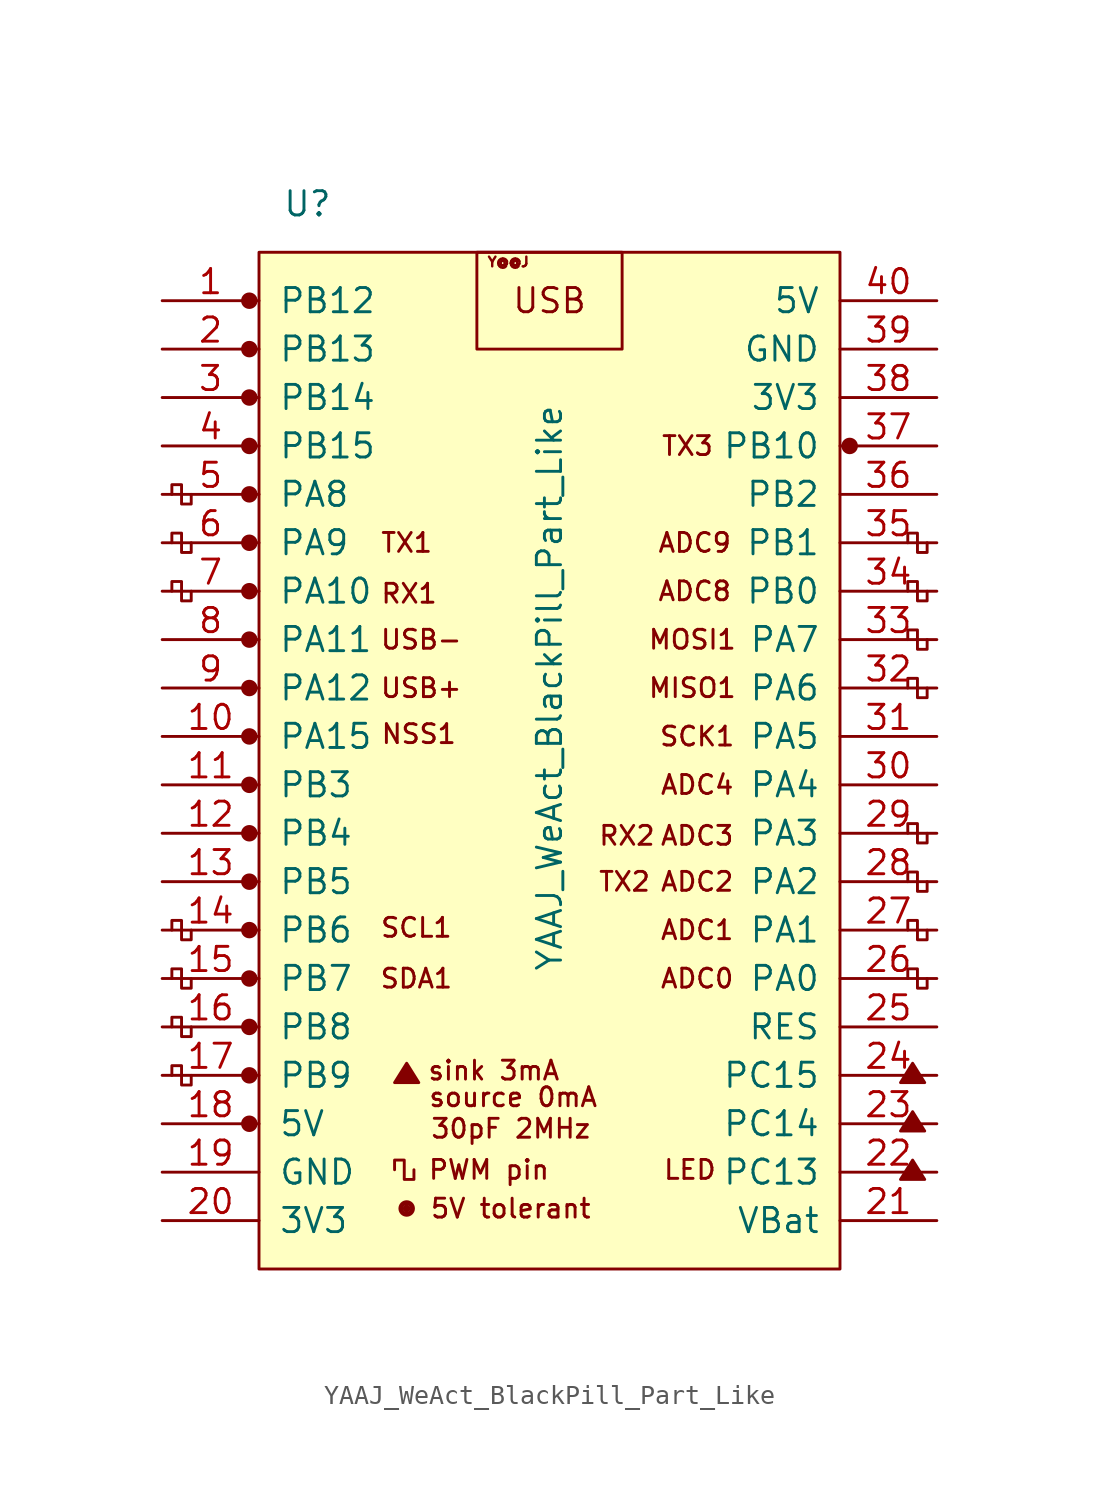
<source format=kicad_sym>
(kicad_symbol_lib
  (version 20211014)
  (generator kicad_symbol_editor)
  (symbol "YAAJ_WeAct_BlackPill_Part_Like"
    (pin_names
      (offset 1.016))
    (property "Reference" "U"
      (at -12.7 27.94 0)
      (effects (font (size 1.27 1.27))))
    (property "Value" "YAAJ_WeAct_BlackPill_Part_Like"
      (at 0 2.54 90)
      (effects (font (size 1.27 1.27))))
    (symbol "YAAJ_WeAct_BlackPill_Part_Like_0_0"
      (circle (center -15.748 -20.32) (radius 0.356) (stroke (width 0) (type default) (color 0 0 0 0)) (fill (type outline)))
      (circle (center -15.748 -17.78) (radius 0.356) (stroke (width 0) (type default) (color 0 0 0 0)) (fill (type outline)))
      (circle (center -15.748 -15.24) (radius 0.356) (stroke (width 0) (type default) (color 0 0 0 0)) (fill (type outline)))
      (circle (center -15.748 -12.7) (radius 0.356) (stroke (width 0) (type default) (color 0 0 0 0)) (fill (type outline)))
      (circle (center -15.748 -10.16) (radius 0.356) (stroke (width 0) (type default) (color 0 0 0 0)) (fill (type outline)))
      (circle (center -15.748 -7.62) (radius 0.356) (stroke (width 0) (type default) (color 0 0 0 0)) (fill (type outline)))
      (circle (center -15.748 -5.08) (radius 0.356) (stroke (width 0) (type default) (color 0 0 0 0)) (fill (type outline)))
      (circle (center -15.748 -2.54) (radius 0.356) (stroke (width 0) (type default) (color 0 0 0 0)) (fill (type outline)))
      (circle (center -15.748 0) (radius 0.356) (stroke (width 0) (type default) (color 0 0 0 0)) (fill (type outline)))
      (circle (center -15.748 2.54) (radius 0.356) (stroke (width 0) (type default) (color 0 0 0 0)) (fill (type outline)))
      (circle (center -15.748 5.08) (radius 0.356) (stroke (width 0) (type default) (color 0 0 0 0)) (fill (type outline)))
      (circle (center -15.748 7.62) (radius 0.356) (stroke (width 0) (type default) (color 0 0 0 0)) (fill (type outline)))
      (circle (center -15.748 10.16) (radius 0.356) (stroke (width 0) (type default) (color 0 0 0 0)) (fill (type outline)))
      (circle (center -15.748 12.7) (radius 0.356) (stroke (width 0) (type default) (color 0 0 0 0)) (fill (type outline)))
      (circle (center -15.748 15.24) (radius 0.356) (stroke (width 0) (type default) (color 0 0 0 0)) (fill (type outline)))
      (circle (center -15.748 17.78) (radius 0.356) (stroke (width 0) (type default) (color 0 0 0 0)) (fill (type outline)))
      (circle (center -15.748 22.86) (radius 0.356) (stroke (width 0) (type default) (color 0 0 0 0)) (fill (type outline)))
      (circle (center -7.493 -24.765) (radius 0.127) (stroke (width 0) (type default) (color 0 0 0 0)) (fill (type outline)))
      (circle (center -7.493 -24.765) (radius 0.254) (stroke (width 0) (type default) (color 0 0 0 0)) (fill (type none)))
      (circle (center -7.493 -24.765) (radius 0.356) (stroke (width 0) (type default) (color 0 0 0 0)) (fill (type none)))
      (polyline (pts (xy -8.128 -18.161) (xy -7.493 -17.145) (xy -6.858 -18.161) (xy -8.128 -18.161) (xy -7.493 -17.272) (xy -6.985 -18.161) (xy -8.001 -18.034) (xy -7.493 -17.399) (xy -7.112 -18.161) (xy -7.874 -17.907) (xy -7.366 -17.526) (xy -7.239 -18.161) (xy -7.747 -17.78) (xy -7.239 -17.653) (xy -7.366 -18.034) (xy -7.62 -17.78) (xy -7.366 -17.907) (xy -7.493 -17.653)) (stroke (width 0) (type default) (color 0 0 0 0)) (fill (type none)))
      (polyline (pts (xy 18.415 -23.241) (xy 19.05 -22.225) (xy 19.685 -23.241) (xy 18.415 -23.241) (xy 19.05 -22.352) (xy 19.558 -23.241) (xy 18.542 -23.114) (xy 19.05 -22.479) (xy 19.431 -23.241) (xy 18.669 -22.987) (xy 19.177 -22.606) (xy 19.304 -23.241) (xy 18.796 -22.86) (xy 19.304 -22.733) (xy 19.177 -23.114) (xy 18.923 -22.86) (xy 19.177 -22.987) (xy 19.05 -22.733)) (stroke (width 0) (type default) (color 0 0 0 0)) (fill (type none)))
      (polyline (pts (xy 18.415 -20.701) (xy 19.05 -19.685) (xy 19.685 -20.701) (xy 18.415 -20.701) (xy 19.05 -19.812) (xy 19.558 -20.701) (xy 18.542 -20.574) (xy 19.05 -19.939) (xy 19.431 -20.701) (xy 18.669 -20.447) (xy 19.177 -20.066) (xy 19.304 -20.701) (xy 18.796 -20.32) (xy 19.304 -20.193) (xy 19.177 -20.574) (xy 18.923 -20.32) (xy 19.177 -20.447) (xy 19.05 -20.193)) (stroke (width 0) (type default) (color 0 0 0 0)) (fill (type none)))
      (polyline (pts (xy 18.415 -18.161) (xy 19.05 -17.145) (xy 19.685 -18.161) (xy 18.415 -18.161) (xy 19.05 -17.272) (xy 19.558 -18.161) (xy 18.542 -18.034) (xy 19.05 -17.399) (xy 19.431 -18.161) (xy 18.669 -17.907) (xy 19.177 -17.526) (xy 19.304 -18.161) (xy 18.796 -17.78) (xy 19.304 -17.653) (xy 19.177 -18.034) (xy 18.923 -17.78) (xy 19.177 -17.907) (xy 19.05 -17.653)) (stroke (width 0) (type default) (color 0 0 0 0)) (fill (type none)))
      (circle (center 15.748 15.24) (radius 0.254) (stroke (width 0) (type default) (color 0 0 0 0)) (fill (type outline)))
      (circle (center 15.748 15.24) (radius 0.356) (stroke (width 0) (type default) (color 0 0 0 0)) (fill (type none)))
      (text "30pF 2MHz" (at -2.032 -20.574 0) (effects (font (size 0.991 0.991))))
      (text "5V tolerant" (at -2.032 -24.765 0) (effects (font (size 0.991 0.991))))
      (text "ADC0" (at 7.747 -12.7 0) (effects (font (size 0.991 0.991))))
      (text "ADC1" (at 7.747 -10.16 0) (effects (font (size 0.991 0.991))))
      (text "ADC2" (at 7.747 -7.62 0) (effects (font (size 0.991 0.991))))
      (text "ADC3" (at 7.747 -5.207 0) (effects (font (size 0.991 0.991))))
      (text "ADC4" (at 7.747 -2.54 0) (effects (font (size 0.991 0.991))))
      (text "ADC8" (at 7.62 7.62 0) (effects (font (size 0.991 0.991))))
      (text "ADC9" (at 7.62 10.16 0) (effects (font (size 0.991 0.991))))
      (text "LED" (at 7.366 -22.733 0) (effects (font (size 0.991 0.991))))
      (text "MISO1" (at 7.493 2.54 0) (effects (font (size 0.991 0.991))))
      (text "MOSI1" (at 7.493 5.08 0) (effects (font (size 0.991 0.991))))
      (text "NSS1" (at -6.858 0.127 0) (effects (font (size 0.991 0.991))))
      (text "PWM pin" (at -3.175 -22.733 0) (effects (font (size 0.991 0.991))))
      (text "RX1" (at -7.366 7.493 0) (effects (font (size 0.991 0.991))))
      (text "RX2" (at 4.064 -5.207 0) (effects (font (size 0.991 0.991))))
      (text "SCK1" (at 7.747 0 0) (effects (font (size 0.991 0.991))))
      (text "SCL1" (at -6.985 -10.033 0) (effects (font (size 0.991 0.991))))
      (text "SDA1" (at -6.985 -12.7 0) (effects (font (size 0.991 0.991))))
      (text "sink 3mA" (at -2.921 -17.526 0) (effects (font (size 0.991 0.991))))
      (text "source 0mA" (at -1.905 -18.923 0) (effects (font (size 0.991 0.991))))
      (text "TX1" (at -7.493 10.16 0) (effects (font (size 0.991 0.991))))
      (text "TX2" (at 3.937 -7.62 0) (effects (font (size 0.991 0.991))))
      (text "TX3" (at 7.239 15.24 0) (effects (font (size 0.991 0.991))))
      (text "USB" (at 0 22.86 0) (effects (font (size 1.27 1.27))))
      (text "USB+" (at -6.731 2.54 0) (effects (font (size 0.991 0.991))))
      (text "USB-" (at -6.731 5.08 0) (effects (font (size 0.991 0.991))))
      (text "Y@@J" (at -2.159 24.892 0) (effects (font (size 0.508 0.508)))))
    (symbol "YAAJ_WeAct_BlackPill_Part_Like_0_1"
      (rectangle (start -15.24 25.4) (end 15.24 -27.94) (stroke (width 0) (type default) (color 0 0 0 0)) (fill (type background)))
      (polyline (pts (xy -18.796 -17.78) (xy -18.796 -18.288) (xy -19.304 -18.288) (xy -19.304 -17.272) (xy -19.812 -17.272) (xy -19.812 -17.78)) (stroke (width 0) (type default) (color 0 0 0 0)) (fill (type none)))
      (polyline (pts (xy -18.796 -15.24) (xy -18.796 -15.748) (xy -19.304 -15.748) (xy -19.304 -14.732) (xy -19.812 -14.732) (xy -19.812 -15.24)) (stroke (width 0) (type default) (color 0 0 0 0)) (fill (type none)))
      (polyline (pts (xy -18.796 -12.7) (xy -18.796 -13.208) (xy -19.304 -13.208) (xy -19.304 -12.192) (xy -19.812 -12.192) (xy -19.812 -12.7)) (stroke (width 0) (type default) (color 0 0 0 0)) (fill (type none)))
      (polyline (pts (xy -18.796 -10.16) (xy -18.796 -10.668) (xy -19.304 -10.668) (xy -19.304 -9.652) (xy -19.812 -9.652) (xy -19.812 -10.16)) (stroke (width 0) (type default) (color 0 0 0 0)) (fill (type none)))
      (polyline (pts (xy -18.796 7.62) (xy -18.796 7.112) (xy -19.304 7.112) (xy -19.304 8.128) (xy -19.812 8.128) (xy -19.812 7.62)) (stroke (width 0) (type default) (color 0 0 0 0)) (fill (type none)))
      (polyline (pts (xy -18.796 10.16) (xy -18.796 9.652) (xy -19.304 9.652) (xy -19.304 10.668) (xy -19.812 10.668) (xy -19.812 10.16)) (stroke (width 0) (type default) (color 0 0 0 0)) (fill (type none)))
      (polyline (pts (xy -18.796 12.7) (xy -18.796 12.192) (xy -19.304 12.192) (xy -19.304 13.208) (xy -19.812 13.208) (xy -19.812 12.7)) (stroke (width 0) (type default) (color 0 0 0 0)) (fill (type none)))
      (polyline (pts (xy -7.112 -22.733) (xy -7.112 -23.241) (xy -7.62 -23.241) (xy -7.62 -22.225) (xy -8.128 -22.225) (xy -8.128 -22.733)) (stroke (width 0) (type default) (color 0 0 0 0)) (fill (type none)))
      (polyline (pts (xy 19.812 -12.7) (xy 19.812 -13.208) (xy 19.304 -13.208) (xy 19.304 -12.192) (xy 18.796 -12.192) (xy 18.796 -12.7)) (stroke (width 0) (type default) (color 0 0 0 0)) (fill (type none)))
      (polyline (pts (xy 19.812 -10.16) (xy 19.812 -10.668) (xy 19.304 -10.668) (xy 19.304 -9.652) (xy 18.796 -9.652) (xy 18.796 -10.16)) (stroke (width 0) (type default) (color 0 0 0 0)) (fill (type none)))
      (polyline (pts (xy 19.812 -7.62) (xy 19.812 -8.128) (xy 19.304 -8.128) (xy 19.304 -7.112) (xy 18.796 -7.112) (xy 18.796 -7.62)) (stroke (width 0) (type default) (color 0 0 0 0)) (fill (type none)))
      (polyline (pts (xy 19.812 -5.08) (xy 19.812 -5.588) (xy 19.304 -5.588) (xy 19.304 -4.572) (xy 18.796 -4.572) (xy 18.796 -5.08)) (stroke (width 0) (type default) (color 0 0 0 0)) (fill (type none)))
      (polyline (pts (xy 19.812 2.54) (xy 19.812 2.032) (xy 19.304 2.032) (xy 19.304 3.048) (xy 18.796 3.048) (xy 18.796 2.54)) (stroke (width 0) (type default) (color 0 0 0 0)) (fill (type none)))
      (polyline (pts (xy 19.812 5.08) (xy 19.812 4.572) (xy 19.304 4.572) (xy 19.304 5.588) (xy 18.796 5.588) (xy 18.796 5.08)) (stroke (width 0) (type default) (color 0 0 0 0)) (fill (type none)))
      (polyline (pts (xy 19.812 7.62) (xy 19.812 7.112) (xy 19.304 7.112) (xy 19.304 8.128) (xy 18.796 8.128) (xy 18.796 7.62)) (stroke (width 0) (type default) (color 0 0 0 0)) (fill (type none)))
      (polyline (pts (xy 19.812 10.16) (xy 19.812 9.652) (xy 19.304 9.652) (xy 19.304 10.668) (xy 18.796 10.668) (xy 18.796 10.16)) (stroke (width 0) (type default) (color 0 0 0 0)) (fill (type none)))
      (rectangle (start 3.81 25.4) (end -3.81 20.32) (stroke (width 0) (type default) (color 0 0 0 0)) (fill (type none))))
    (symbol "YAAJ_WeAct_BlackPill_Part_Like_1_1"
      (circle (center -15.748 20.32) (radius 0.356) (stroke (width 0) (type default) (color 0 0 0 0)) (fill (type outline)))
      (pin bidirectional line (at -20.32 22.86 0) (length 5.08) (name "PB12" (effects (font (size 1.27 1.27)))) (number "1" (effects (font (size 1.27 1.27)))))
      (pin bidirectional line (at -20.32 0 0) (length 5.08) (name "PA15" (effects (font (size 1.27 1.27)))) (number "10" (effects (font (size 1.27 1.27)))))
      (pin bidirectional line (at -20.32 -2.54 0) (length 5.08) (name "PB3" (effects (font (size 1.27 1.27)))) (number "11" (effects (font (size 1.27 1.27)))))
      (pin bidirectional line (at -20.32 -5.08 0) (length 5.08) (name "PB4" (effects (font (size 1.27 1.27)))) (number "12" (effects (font (size 1.27 1.27)))))
      (pin bidirectional line (at -20.32 -7.62 0) (length 5.08) (name "PB5" (effects (font (size 1.27 1.27)))) (number "13" (effects (font (size 1.27 1.27)))))
      (pin bidirectional line (at -20.32 -10.16 0) (length 5.08) (name "PB6" (effects (font (size 1.27 1.27)))) (number "14" (effects (font (size 1.27 1.27)))))
      (pin bidirectional line (at -20.32 -12.7 0) (length 5.08) (name "PB7" (effects (font (size 1.27 1.27)))) (number "15" (effects (font (size 1.27 1.27)))))
      (pin bidirectional line (at -20.32 -15.24 0) (length 5.08) (name "PB8" (effects (font (size 1.27 1.27)))) (number "16" (effects (font (size 1.27 1.27)))))
      (pin bidirectional line (at -20.32 -17.78 0) (length 5.08) (name "PB9" (effects (font (size 1.27 1.27)))) (number "17" (effects (font (size 1.27 1.27)))))
      (pin power_in line (at -20.32 -20.32 0) (length 5.08) (name "5V" (effects (font (size 1.27 1.27)))) (number "18" (effects (font (size 1.27 1.27)))))
      (pin power_in line (at -20.32 -22.86 0) (length 5.08) (name "GND" (effects (font (size 1.27 1.27)))) (number "19" (effects (font (size 1.27 1.27)))))
      (pin bidirectional line (at -20.32 20.32 0) (length 5.08) (name "PB13" (effects (font (size 1.27 1.27)))) (number "2" (effects (font (size 1.27 1.27)))))
      (pin power_in line (at -20.32 -25.4 0) (length 5.08) (name "3V3" (effects (font (size 1.27 1.27)))) (number "20" (effects (font (size 1.27 1.27)))))
      (pin power_in line (at 20.32 -25.4 180) (length 5.08) (name "VBat" (effects (font (size 1.27 1.27)))) (number "21" (effects (font (size 1.27 1.27)))))
      (pin bidirectional line (at 20.32 -22.86 180) (length 5.08) (name "PC13" (effects (font (size 1.27 1.27)))) (number "22" (effects (font (size 1.27 1.27)))))
      (pin bidirectional line (at 20.32 -20.32 180) (length 5.08) (name "PC14" (effects (font (size 1.27 1.27)))) (number "23" (effects (font (size 1.27 1.27)))))
      (pin bidirectional line (at 20.32 -17.78 180) (length 5.08) (name "PC15" (effects (font (size 1.27 1.27)))) (number "24" (effects (font (size 1.27 1.27)))))
      (pin input line (at 20.32 -15.24 180) (length 5.08) (name "RES" (effects (font (size 1.27 1.27)))) (number "25" (effects (font (size 1.27 1.27)))))
      (pin bidirectional line (at 20.32 -12.7 180) (length 5.08) (name "PA0" (effects (font (size 1.27 1.27)))) (number "26" (effects (font (size 1.27 1.27)))))
      (pin bidirectional line (at 20.32 -10.16 180) (length 5.08) (name "PA1" (effects (font (size 1.27 1.27)))) (number "27" (effects (font (size 1.27 1.27)))))
      (pin bidirectional line (at 20.32 -7.62 180) (length 5.08) (name "PA2" (effects (font (size 1.27 1.27)))) (number "28" (effects (font (size 1.27 1.27)))))
      (pin bidirectional line (at 20.32 -5.08 180) (length 5.08) (name "PA3" (effects (font (size 1.27 1.27)))) (number "29" (effects (font (size 1.27 1.27)))))
      (pin bidirectional line (at -20.32 17.78 0) (length 5.08) (name "PB14" (effects (font (size 1.27 1.27)))) (number "3" (effects (font (size 1.27 1.27)))))
      (pin bidirectional line (at 20.32 -2.54 180) (length 5.08) (name "PA4" (effects (font (size 1.27 1.27)))) (number "30" (effects (font (size 1.27 1.27)))))
      (pin bidirectional line (at 20.32 0 180) (length 5.08) (name "PA5" (effects (font (size 1.27 1.27)))) (number "31" (effects (font (size 1.27 1.27)))))
      (pin bidirectional line (at 20.32 2.54 180) (length 5.08) (name "PA6" (effects (font (size 1.27 1.27)))) (number "32" (effects (font (size 1.27 1.27)))))
      (pin bidirectional line (at 20.32 5.08 180) (length 5.08) (name "PA7" (effects (font (size 1.27 1.27)))) (number "33" (effects (font (size 1.27 1.27)))))
      (pin bidirectional line (at 20.32 7.62 180) (length 5.08) (name "PB0" (effects (font (size 1.27 1.27)))) (number "34" (effects (font (size 1.27 1.27)))))
      (pin bidirectional line (at 20.32 10.16 180) (length 5.08) (name "PB1" (effects (font (size 1.27 1.27)))) (number "35" (effects (font (size 1.27 1.27)))))
      (pin bidirectional line (at 20.32 12.7 180) (length 5.08) (name "PB2" (effects (font (size 1.27 1.27)))) (number "36" (effects (font (size 1.27 1.27)))))
      (pin bidirectional line (at 20.32 15.24 180) (length 5.08) (name "PB10" (effects (font (size 1.27 1.27)))) (number "37" (effects (font (size 1.27 1.27)))))
      (pin power_in line (at 20.32 17.78 180) (length 5.08) (name "3V3" (effects (font (size 1.27 1.27)))) (number "38" (effects (font (size 1.27 1.27)))))
      (pin power_in line (at 20.32 20.32 180) (length 5.08) (name "GND" (effects (font (size 1.27 1.27)))) (number "39" (effects (font (size 1.27 1.27)))))
      (pin bidirectional line (at -20.32 15.24 0) (length 5.08) (name "PB15" (effects (font (size 1.27 1.27)))) (number "4" (effects (font (size 1.27 1.27)))))
      (pin power_in line (at 20.32 22.86 180) (length 5.08) (name "5V" (effects (font (size 1.27 1.27)))) (number "40" (effects (font (size 1.27 1.27)))))
      (pin bidirectional line (at -20.32 12.7 0) (length 5.08) (name "PA8" (effects (font (size 1.27 1.27)))) (number "5" (effects (font (size 1.27 1.27)))))
      (pin bidirectional line (at -20.32 10.16 0) (length 5.08) (name "PA9" (effects (font (size 1.27 1.27)))) (number "6" (effects (font (size 1.27 1.27)))))
      (pin bidirectional line (at -20.32 7.62 0) (length 5.08) (name "PA10" (effects (font (size 1.27 1.27)))) (number "7" (effects (font (size 1.27 1.27)))))
      (pin bidirectional line (at -20.32 5.08 0) (length 5.08) (name "PA11" (effects (font (size 1.27 1.27)))) (number "8" (effects (font (size 1.27 1.27)))))
      (pin bidirectional line (at -20.32 2.54 0) (length 5.08) (name "PA12" (effects (font (size 1.27 1.27)))) (number "9" (effects (font (size 1.27 1.27))))))))
</source>
